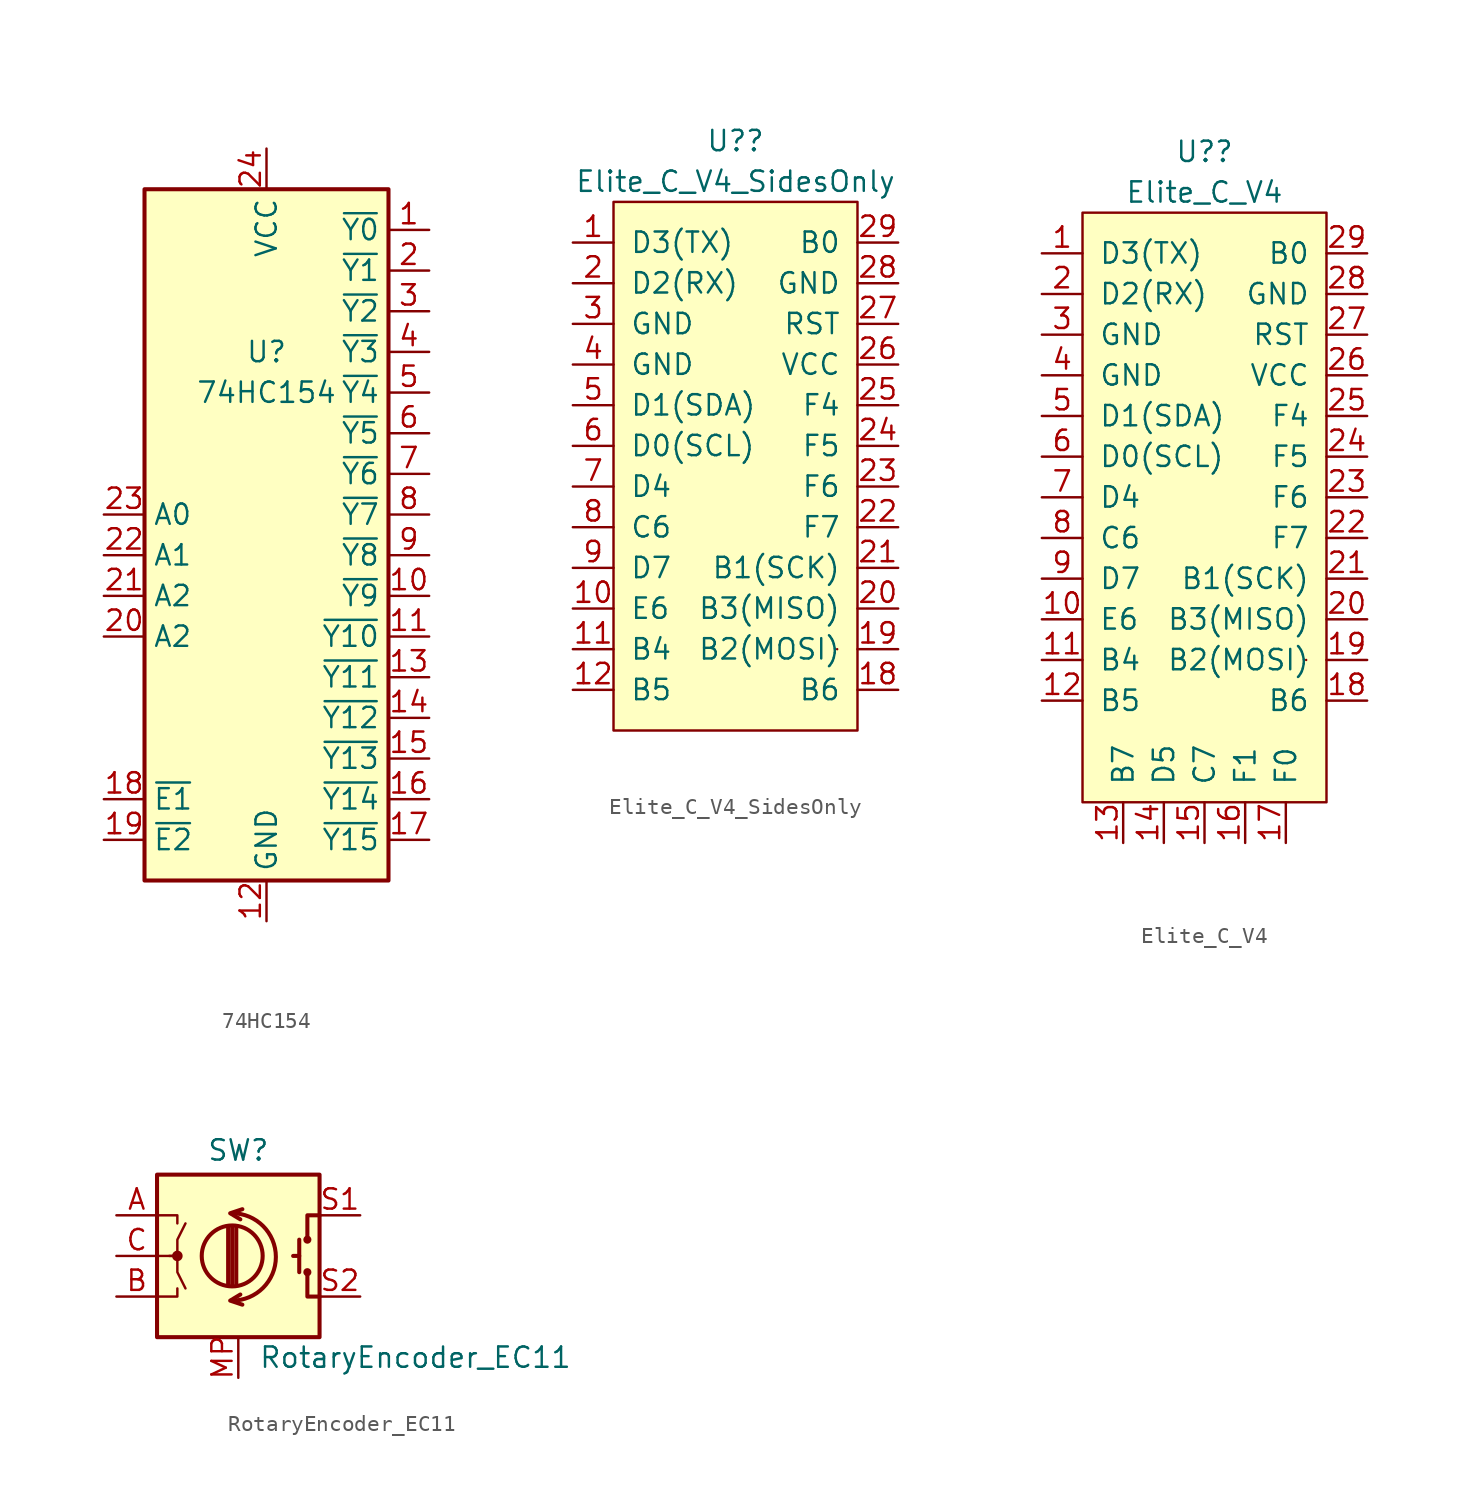
<source format=kicad_sym>
(kicad_symbol_lib
  (version 20211014)
  (generator kicad_symbol_editor)
  (symbol "74HC154"
    (property "Reference" "U"
      (at 0 2.54 0)
      (effects (font (size 1.27 1.27))))
    (property "Value" "74HC154"
      (at 0 0 0)
      (effects (font (size 1.27 1.27))))
    (symbol "74HC154_0_1"
      (rectangle (start -7.62 12.7) (end 7.62 -30.48) (stroke (width 0.254) (type default) (color 0 0 0 0)) (fill (type background))))
    (symbol "74HC154_1_1"
      (pin output line (at 10.16 10.16 180) (length 2.54) (name "~{Y0}" (effects (font (size 1.27 1.27)))) (number "1" (effects (font (size 1.27 1.27)))))
      (pin output line (at 10.16 -12.7 180) (length 2.54) (name "~{Y9}" (effects (font (size 1.27 1.27)))) (number "10" (effects (font (size 1.27 1.27)))))
      (pin output line (at 10.16 -15.24 180) (length 2.54) (name "~{Y10}" (effects (font (size 1.27 1.27)))) (number "11" (effects (font (size 1.27 1.27)))))
      (pin power_in line (at 0 -33.02 90) (length 2.54) (name "GND" (effects (font (size 1.27 1.27)))) (number "12" (effects (font (size 1.27 1.27)))))
      (pin output line (at 10.16 -17.78 180) (length 2.54) (name "~{Y11}" (effects (font (size 1.27 1.27)))) (number "13" (effects (font (size 1.27 1.27)))))
      (pin output line (at 10.16 -20.32 180) (length 2.54) (name "~{Y12}" (effects (font (size 1.27 1.27)))) (number "14" (effects (font (size 1.27 1.27)))))
      (pin output line (at 10.16 -22.86 180) (length 2.54) (name "~{Y13}" (effects (font (size 1.27 1.27)))) (number "15" (effects (font (size 1.27 1.27)))))
      (pin output line (at 10.16 -25.4 180) (length 2.54) (name "~{Y14}" (effects (font (size 1.27 1.27)))) (number "16" (effects (font (size 1.27 1.27)))))
      (pin output line (at 10.16 -27.94 180) (length 2.54) (name "~{Y15}" (effects (font (size 1.27 1.27)))) (number "17" (effects (font (size 1.27 1.27)))))
      (pin input line (at -10.16 -25.4 0) (length 2.54) (name "~{E1}" (effects (font (size 1.27 1.27)))) (number "18" (effects (font (size 1.27 1.27)))))
      (pin input line (at -10.16 -27.94 0) (length 2.54) (name "~{E2}" (effects (font (size 1.27 1.27)))) (number "19" (effects (font (size 1.27 1.27)))))
      (pin output line (at 10.16 7.62 180) (length 2.54) (name "~{Y1}" (effects (font (size 1.27 1.27)))) (number "2" (effects (font (size 1.27 1.27)))))
      (pin input line (at -10.16 -15.24 0) (length 2.54) (name "A2" (effects (font (size 1.27 1.27)))) (number "20" (effects (font (size 1.27 1.27)))))
      (pin input line (at -10.16 -12.7 0) (length 2.54) (name "A2" (effects (font (size 1.27 1.27)))) (number "21" (effects (font (size 1.27 1.27)))))
      (pin input line (at -10.16 -10.16 0) (length 2.54) (name "A1" (effects (font (size 1.27 1.27)))) (number "22" (effects (font (size 1.27 1.27)))))
      (pin input line (at -10.16 -7.62 0) (length 2.54) (name "A0" (effects (font (size 1.27 1.27)))) (number "23" (effects (font (size 1.27 1.27)))))
      (pin power_in line (at 0 15.24 270) (length 2.54) (name "VCC" (effects (font (size 1.27 1.27)))) (number "24" (effects (font (size 1.27 1.27)))))
      (pin output line (at 10.16 5.08 180) (length 2.54) (name "~{Y2}" (effects (font (size 1.27 1.27)))) (number "3" (effects (font (size 1.27 1.27)))))
      (pin output line (at 10.16 2.54 180) (length 2.54) (name "~{Y3}" (effects (font (size 1.27 1.27)))) (number "4" (effects (font (size 1.27 1.27)))))
      (pin output line (at 10.16 0 180) (length 2.54) (name "~{Y4}" (effects (font (size 1.27 1.27)))) (number "5" (effects (font (size 1.27 1.27)))))
      (pin output line (at 10.16 -2.54 180) (length 2.54) (name "~{Y5}" (effects (font (size 1.27 1.27)))) (number "6" (effects (font (size 1.27 1.27)))))
      (pin output line (at 10.16 -5.08 180) (length 2.54) (name "~{Y6}" (effects (font (size 1.27 1.27)))) (number "7" (effects (font (size 1.27 1.27)))))
      (pin output line (at 10.16 -7.62 180) (length 2.54) (name "~{Y7}" (effects (font (size 1.27 1.27)))) (number "8" (effects (font (size 1.27 1.27)))))
      (pin output line (at 10.16 -10.16 180) (length 2.54) (name "~{Y8}" (effects (font (size 1.27 1.27)))) (number "9" (effects (font (size 1.27 1.27)))))))
  (symbol "Elite_C_V4_SidesOnly"
    (pin_names
      (offset 1.016))
    (property "Reference" "U?"
      (at 0 20.32 0)
      (effects (font (size 1.27 1.27))))
    (property "Value" "Elite_C_V4_SidesOnly"
      (at 0 17.78 0)
      (effects (font (size 1.27 1.27))))
    (symbol "Elite_C_V4_SidesOnly_0_1"
      (rectangle (start -7.62 16.51) (end 7.62 -16.51) (stroke (width 0) (type default) (color 0 0 0 0)) (fill (type background)))
      (rectangle (start 6.35 -11.43) (end 6.35 -11.43) (stroke (width 0) (type default) (color 0 0 0 0)) (fill (type none))))
    (symbol "Elite_C_V4_SidesOnly_1_1"
      (pin bidirectional line (at -10.16 13.97 0) (length 2.54) (name "D3(TX)" (effects (font (size 1.27 1.27)))) (number "1" (effects (font (size 1.27 1.27)))))
      (pin bidirectional line (at -10.16 -8.89 0) (length 2.54) (name "E6" (effects (font (size 1.27 1.27)))) (number "10" (effects (font (size 1.27 1.27)))))
      (pin bidirectional line (at -10.16 -11.43 0) (length 2.54) (name "B4" (effects (font (size 1.27 1.27)))) (number "11" (effects (font (size 1.27 1.27)))))
      (pin bidirectional line (at -10.16 -13.97 0) (length 2.54) (name "B5" (effects (font (size 1.27 1.27)))) (number "12" (effects (font (size 1.27 1.27)))))
      (pin bidirectional line (at 10.16 -13.97 180) (length 2.54) (name "B6" (effects (font (size 1.27 1.27)))) (number "18" (effects (font (size 1.27 1.27)))))
      (pin bidirectional line (at 10.16 -11.43 180) (length 2.54) (name "B2(MOSI)" (effects (font (size 1.27 1.27)))) (number "19" (effects (font (size 1.27 1.27)))))
      (pin bidirectional line (at -10.16 11.43 0) (length 2.54) (name "D2(RX)" (effects (font (size 1.27 1.27)))) (number "2" (effects (font (size 1.27 1.27)))))
      (pin bidirectional line (at 10.16 -8.89 180) (length 2.54) (name "B3(MISO)" (effects (font (size 1.27 1.27)))) (number "20" (effects (font (size 1.27 1.27)))))
      (pin bidirectional line (at 10.16 -6.35 180) (length 2.54) (name "B1(SCK)" (effects (font (size 1.27 1.27)))) (number "21" (effects (font (size 1.27 1.27)))))
      (pin bidirectional line (at 10.16 -3.81 180) (length 2.54) (name "F7" (effects (font (size 1.27 1.27)))) (number "22" (effects (font (size 1.27 1.27)))))
      (pin bidirectional line (at 10.16 -1.27 180) (length 2.54) (name "F6" (effects (font (size 1.27 1.27)))) (number "23" (effects (font (size 1.27 1.27)))))
      (pin bidirectional line (at 10.16 1.27 180) (length 2.54) (name "F5" (effects (font (size 1.27 1.27)))) (number "24" (effects (font (size 1.27 1.27)))))
      (pin bidirectional line (at 10.16 3.81 180) (length 2.54) (name "F4" (effects (font (size 1.27 1.27)))) (number "25" (effects (font (size 1.27 1.27)))))
      (pin power_in line (at 10.16 6.35 180) (length 2.54) (name "VCC" (effects (font (size 1.27 1.27)))) (number "26" (effects (font (size 1.27 1.27)))))
      (pin input line (at 10.16 8.89 180) (length 2.54) (name "RST" (effects (font (size 1.27 1.27)))) (number "27" (effects (font (size 1.27 1.27)))))
      (pin power_in line (at 10.16 11.43 180) (length 2.54) (name "GND" (effects (font (size 1.27 1.27)))) (number "28" (effects (font (size 1.27 1.27)))))
      (pin bidirectional line (at 10.16 13.97 180) (length 2.54) (name "B0" (effects (font (size 1.27 1.27)))) (number "29" (effects (font (size 1.27 1.27)))))
      (pin power_in line (at -10.16 8.89 0) (length 2.54) (name "GND" (effects (font (size 1.27 1.27)))) (number "3" (effects (font (size 1.27 1.27)))))
      (pin power_in line (at -10.16 6.35 0) (length 2.54) (name "GND" (effects (font (size 1.27 1.27)))) (number "4" (effects (font (size 1.27 1.27)))))
      (pin bidirectional line (at -10.16 3.81 0) (length 2.54) (name "D1(SDA)" (effects (font (size 1.27 1.27)))) (number "5" (effects (font (size 1.27 1.27)))))
      (pin bidirectional line (at -10.16 1.27 0) (length 2.54) (name "D0(SCL)" (effects (font (size 1.27 1.27)))) (number "6" (effects (font (size 1.27 1.27)))))
      (pin bidirectional line (at -10.16 -1.27 0) (length 2.54) (name "D4" (effects (font (size 1.27 1.27)))) (number "7" (effects (font (size 1.27 1.27)))))
      (pin bidirectional line (at -10.16 -3.81 0) (length 2.54) (name "C6" (effects (font (size 1.27 1.27)))) (number "8" (effects (font (size 1.27 1.27)))))
      (pin bidirectional line (at -10.16 -6.35 0) (length 2.54) (name "D7" (effects (font (size 1.27 1.27)))) (number "9" (effects (font (size 1.27 1.27)))))))
  (symbol "Elite_C_V4"
    (pin_names
      (offset 1.016))
    (property "Reference" "U?"
      (at 0 20.32 0)
      (effects (font (size 1.27 1.27))))
    (property "Value" "Elite_C_V4"
      (at 0 17.78 0)
      (effects (font (size 1.27 1.27))))
    (symbol "Elite_C_V4_0_1"
      (rectangle (start -7.62 16.51) (end 7.62 -20.32) (stroke (width 0) (type default) (color 0 0 0 0)) (fill (type background)))
      (rectangle (start 6.35 -11.43) (end 6.35 -11.43) (stroke (width 0) (type default) (color 0 0 0 0)) (fill (type none))))
    (symbol "Elite_C_V4_1_1"
      (pin bidirectional line (at -10.16 13.97 0) (length 2.54) (name "D3(TX)" (effects (font (size 1.27 1.27)))) (number "1" (effects (font (size 1.27 1.27)))))
      (pin bidirectional line (at -10.16 -8.89 0) (length 2.54) (name "E6" (effects (font (size 1.27 1.27)))) (number "10" (effects (font (size 1.27 1.27)))))
      (pin bidirectional line (at -10.16 -11.43 0) (length 2.54) (name "B4" (effects (font (size 1.27 1.27)))) (number "11" (effects (font (size 1.27 1.27)))))
      (pin bidirectional line (at -10.16 -13.97 0) (length 2.54) (name "B5" (effects (font (size 1.27 1.27)))) (number "12" (effects (font (size 1.27 1.27)))))
      (pin bidirectional line (at -5.08 -22.86 90) (length 2.54) (name "B7" (effects (font (size 1.27 1.27)))) (number "13" (effects (font (size 1.27 1.27)))))
      (pin bidirectional line (at -2.54 -22.86 90) (length 2.54) (name "D5" (effects (font (size 1.27 1.27)))) (number "14" (effects (font (size 1.27 1.27)))))
      (pin bidirectional line (at 0 -22.86 90) (length 2.54) (name "C7" (effects (font (size 1.27 1.27)))) (number "15" (effects (font (size 1.27 1.27)))))
      (pin bidirectional line (at 2.54 -22.86 90) (length 2.54) (name "F1" (effects (font (size 1.27 1.27)))) (number "16" (effects (font (size 1.27 1.27)))))
      (pin bidirectional line (at 5.08 -22.86 90) (length 2.54) (name "F0" (effects (font (size 1.27 1.27)))) (number "17" (effects (font (size 1.27 1.27)))))
      (pin bidirectional line (at 10.16 -13.97 180) (length 2.54) (name "B6" (effects (font (size 1.27 1.27)))) (number "18" (effects (font (size 1.27 1.27)))))
      (pin bidirectional line (at 10.16 -11.43 180) (length 2.54) (name "B2(MOSI)" (effects (font (size 1.27 1.27)))) (number "19" (effects (font (size 1.27 1.27)))))
      (pin bidirectional line (at -10.16 11.43 0) (length 2.54) (name "D2(RX)" (effects (font (size 1.27 1.27)))) (number "2" (effects (font (size 1.27 1.27)))))
      (pin bidirectional line (at 10.16 -8.89 180) (length 2.54) (name "B3(MISO)" (effects (font (size 1.27 1.27)))) (number "20" (effects (font (size 1.27 1.27)))))
      (pin bidirectional line (at 10.16 -6.35 180) (length 2.54) (name "B1(SCK)" (effects (font (size 1.27 1.27)))) (number "21" (effects (font (size 1.27 1.27)))))
      (pin bidirectional line (at 10.16 -3.81 180) (length 2.54) (name "F7" (effects (font (size 1.27 1.27)))) (number "22" (effects (font (size 1.27 1.27)))))
      (pin bidirectional line (at 10.16 -1.27 180) (length 2.54) (name "F6" (effects (font (size 1.27 1.27)))) (number "23" (effects (font (size 1.27 1.27)))))
      (pin bidirectional line (at 10.16 1.27 180) (length 2.54) (name "F5" (effects (font (size 1.27 1.27)))) (number "24" (effects (font (size 1.27 1.27)))))
      (pin bidirectional line (at 10.16 3.81 180) (length 2.54) (name "F4" (effects (font (size 1.27 1.27)))) (number "25" (effects (font (size 1.27 1.27)))))
      (pin power_in line (at 10.16 6.35 180) (length 2.54) (name "VCC" (effects (font (size 1.27 1.27)))) (number "26" (effects (font (size 1.27 1.27)))))
      (pin input line (at 10.16 8.89 180) (length 2.54) (name "RST" (effects (font (size 1.27 1.27)))) (number "27" (effects (font (size 1.27 1.27)))))
      (pin power_in line (at 10.16 11.43 180) (length 2.54) (name "GND" (effects (font (size 1.27 1.27)))) (number "28" (effects (font (size 1.27 1.27)))))
      (pin bidirectional line (at 10.16 13.97 180) (length 2.54) (name "B0" (effects (font (size 1.27 1.27)))) (number "29" (effects (font (size 1.27 1.27)))))
      (pin power_in line (at -10.16 8.89 0) (length 2.54) (name "GND" (effects (font (size 1.27 1.27)))) (number "3" (effects (font (size 1.27 1.27)))))
      (pin power_in line (at -10.16 6.35 0) (length 2.54) (name "GND" (effects (font (size 1.27 1.27)))) (number "4" (effects (font (size 1.27 1.27)))))
      (pin bidirectional line (at -10.16 3.81 0) (length 2.54) (name "D1(SDA)" (effects (font (size 1.27 1.27)))) (number "5" (effects (font (size 1.27 1.27)))))
      (pin bidirectional line (at -10.16 1.27 0) (length 2.54) (name "D0(SCL)" (effects (font (size 1.27 1.27)))) (number "6" (effects (font (size 1.27 1.27)))))
      (pin bidirectional line (at -10.16 -1.27 0) (length 2.54) (name "D4" (effects (font (size 1.27 1.27)))) (number "7" (effects (font (size 1.27 1.27)))))
      (pin bidirectional line (at -10.16 -3.81 0) (length 2.54) (name "C6" (effects (font (size 1.27 1.27)))) (number "8" (effects (font (size 1.27 1.27)))))
      (pin bidirectional line (at -10.16 -6.35 0) (length 2.54) (name "D7" (effects (font (size 1.27 1.27)))) (number "9" (effects (font (size 1.27 1.27)))))))
  (symbol "RotaryEncoder_EC11"
    (pin_names
      (offset 0.254) hide)
    (property "Reference" "SW"
      (at 0 6.604 0)
      (effects (font (size 1.27 1.27))))
    (property "Value" "RotaryEncoder_EC11"
      (at 1.27 -6.35 0)
      (effects (font (size 1.27 1.27)) (justify left)))
    (symbol "RotaryEncoder_EC11_0_1"
      (rectangle (start -5.08 5.08) (end 5.08 -5.08) (stroke (width 0.254) (type default) (color 0 0 0 0)) (fill (type background)))
      (circle (center -3.81 0) (radius 0.254) (stroke (width 0) (type default) (color 0 0 0 0)) (fill (type outline)))
      (arc (start -0.381 -2.794) (mid 2.3622 -0.0635) (end -0.381 2.667) (stroke (width 0.254) (type default) (color 0 0 0 0)) (fill (type none)))
      (circle (center -0.381 0) (radius 1.905) (stroke (width 0.254) (type default) (color 0 0 0 0)) (fill (type none)))
      (polyline (pts (xy -0.635 -1.778) (xy -0.635 1.778)) (stroke (width 0.254) (type default) (color 0 0 0 0)) (fill (type none)))
      (polyline (pts (xy -0.381 -1.778) (xy -0.381 1.778)) (stroke (width 0.254) (type default) (color 0 0 0 0)) (fill (type none)))
      (polyline (pts (xy -0.127 1.778) (xy -0.127 -1.778)) (stroke (width 0.254) (type default) (color 0 0 0 0)) (fill (type none)))
      (polyline (pts (xy 3.81 0) (xy 3.429 0)) (stroke (width 0.254) (type default) (color 0 0 0 0)) (fill (type none)))
      (polyline (pts (xy 3.81 1.016) (xy 3.81 -1.016)) (stroke (width 0.254) (type default) (color 0 0 0 0)) (fill (type none)))
      (polyline (pts (xy -5.08 -2.54) (xy -3.81 -2.54) (xy -3.81 -2.032)) (stroke (width 0) (type default) (color 0 0 0 0)) (fill (type none)))
      (polyline (pts (xy -5.08 2.54) (xy -3.81 2.54) (xy -3.81 2.032)) (stroke (width 0) (type default) (color 0 0 0 0)) (fill (type none)))
      (polyline (pts (xy 0.254 -3.048) (xy -0.508 -2.794) (xy 0.127 -2.413)) (stroke (width 0.254) (type default) (color 0 0 0 0)) (fill (type none)))
      (polyline (pts (xy 0.254 2.921) (xy -0.508 2.667) (xy 0.127 2.286)) (stroke (width 0.254) (type default) (color 0 0 0 0)) (fill (type none)))
      (polyline (pts (xy 5.08 -2.54) (xy 4.318 -2.54) (xy 4.318 -1.016)) (stroke (width 0.254) (type default) (color 0 0 0 0)) (fill (type none)))
      (polyline (pts (xy 5.08 2.54) (xy 4.318 2.54) (xy 4.318 1.016)) (stroke (width 0.254) (type default) (color 0 0 0 0)) (fill (type none)))
      (polyline (pts (xy -5.08 0) (xy -3.81 0) (xy -3.81 -1.016) (xy -3.302 -2.032)) (stroke (width 0) (type default) (color 0 0 0 0)) (fill (type none)))
      (polyline (pts (xy -4.318 0) (xy -3.81 0) (xy -3.81 1.016) (xy -3.302 2.032)) (stroke (width 0) (type default) (color 0 0 0 0)) (fill (type none)))
      (circle (center 4.318 -1.016) (radius 0.127) (stroke (width 0.254) (type default) (color 0 0 0 0)) (fill (type none)))
      (circle (center 4.318 1.016) (radius 0.127) (stroke (width 0.254) (type default) (color 0 0 0 0)) (fill (type none))))
    (symbol "RotaryEncoder_EC11_1_1"
      (pin passive line (at -7.62 2.54 0) (length 2.54) (name "A" (effects (font (size 1.27 1.27)))) (number "A" (effects (font (size 1.27 1.27)))))
      (pin passive line (at -7.62 -2.54 0) (length 2.54) (name "B" (effects (font (size 1.27 1.27)))) (number "B" (effects (font (size 1.27 1.27)))))
      (pin passive line (at -7.62 0 0) (length 2.54) (name "C" (effects (font (size 1.27 1.27)))) (number "C" (effects (font (size 1.27 1.27)))))
      (pin input line (at 0 -7.62 90) (length 2.54) (name "MP" (effects (font (size 1.27 1.27)))) (number "MP" (effects (font (size 1.27 1.27)))))
      (pin passive line (at 7.62 2.54 180) (length 2.54) (name "S1" (effects (font (size 1.27 1.27)))) (number "S1" (effects (font (size 1.27 1.27)))))
      (pin passive line (at 7.62 -2.54 180) (length 2.54) (name "S2" (effects (font (size 1.27 1.27)))) (number "S2" (effects (font (size 1.27 1.27))))))))
</source>
